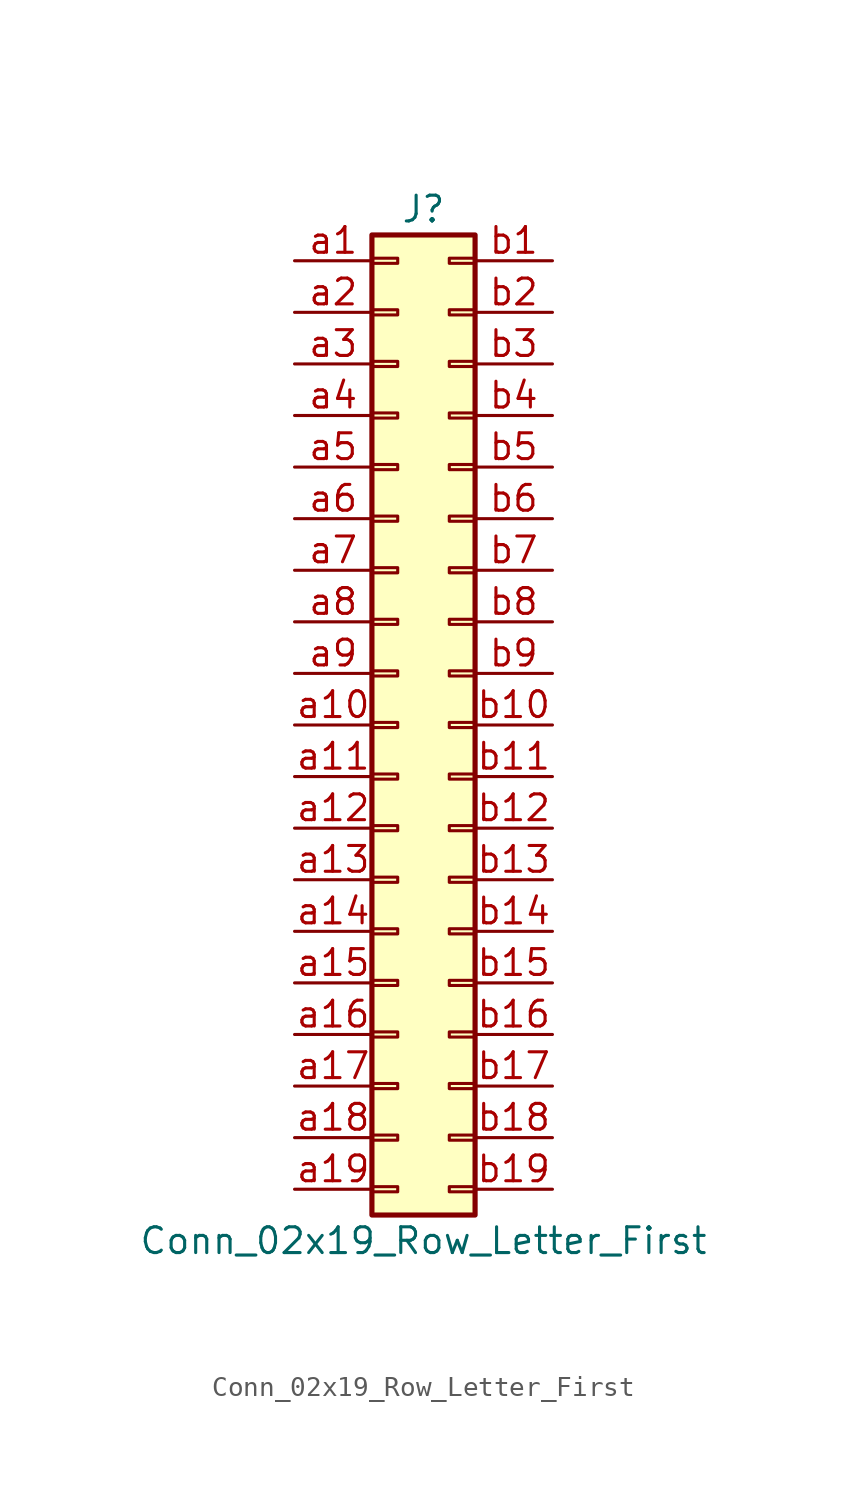
<source format=kicad_sym>
(kicad_symbol_lib
  (version 20220914)
  (generator kicad_symbol_editor)
  (symbol "Conn_02x19_Row_Letter_First"
    (pin_names
      (offset 1.016) hide)
    (property "Reference" "J"
      (at 1.27 25.4 0)
      (effects (font (size 1.27 1.27))))
    (property "Value" "Conn_02x19_Row_Letter_First"
      (at 1.27 -25.4 0)
      (effects (font (size 1.27 1.27))))
    (symbol "Conn_02x19_Row_Letter_First_1_1"
      (rectangle (start -1.27 -22.733) (end 0 -22.987) (stroke (width 0.152) (type default)) (fill (type none)))
      (rectangle (start -1.27 -20.193) (end 0 -20.447) (stroke (width 0.152) (type default)) (fill (type none)))
      (rectangle (start -1.27 -17.653) (end 0 -17.907) (stroke (width 0.152) (type default)) (fill (type none)))
      (rectangle (start -1.27 -15.113) (end 0 -15.367) (stroke (width 0.152) (type default)) (fill (type none)))
      (rectangle (start -1.27 -12.573) (end 0 -12.827) (stroke (width 0.152) (type default)) (fill (type none)))
      (rectangle (start -1.27 -10.033) (end 0 -10.287) (stroke (width 0.152) (type default)) (fill (type none)))
      (rectangle (start -1.27 -7.493) (end 0 -7.747) (stroke (width 0.152) (type default)) (fill (type none)))
      (rectangle (start -1.27 -4.953) (end 0 -5.207) (stroke (width 0.152) (type default)) (fill (type none)))
      (rectangle (start -1.27 -2.413) (end 0 -2.667) (stroke (width 0.152) (type default)) (fill (type none)))
      (rectangle (start -1.27 0.127) (end 0 -0.127) (stroke (width 0.152) (type default)) (fill (type none)))
      (rectangle (start -1.27 2.667) (end 0 2.413) (stroke (width 0.152) (type default)) (fill (type none)))
      (rectangle (start -1.27 5.207) (end 0 4.953) (stroke (width 0.152) (type default)) (fill (type none)))
      (rectangle (start -1.27 7.747) (end 0 7.493) (stroke (width 0.152) (type default)) (fill (type none)))
      (rectangle (start -1.27 10.287) (end 0 10.033) (stroke (width 0.152) (type default)) (fill (type none)))
      (rectangle (start -1.27 12.827) (end 0 12.573) (stroke (width 0.152) (type default)) (fill (type none)))
      (rectangle (start -1.27 15.367) (end 0 15.113) (stroke (width 0.152) (type default)) (fill (type none)))
      (rectangle (start -1.27 17.907) (end 0 17.653) (stroke (width 0.152) (type default)) (fill (type none)))
      (rectangle (start -1.27 20.447) (end 0 20.193) (stroke (width 0.152) (type default)) (fill (type none)))
      (rectangle (start -1.27 22.987) (end 0 22.733) (stroke (width 0.152) (type default)) (fill (type none)))
      (rectangle (start -1.27 24.13) (end 3.81 -24.13) (stroke (width 0.254) (type default)) (fill (type background)))
      (rectangle (start 3.81 -22.733) (end 2.54 -22.987) (stroke (width 0.152) (type default)) (fill (type none)))
      (rectangle (start 3.81 -20.193) (end 2.54 -20.447) (stroke (width 0.152) (type default)) (fill (type none)))
      (rectangle (start 3.81 -17.653) (end 2.54 -17.907) (stroke (width 0.152) (type default)) (fill (type none)))
      (rectangle (start 3.81 -15.113) (end 2.54 -15.367) (stroke (width 0.152) (type default)) (fill (type none)))
      (rectangle (start 3.81 -12.573) (end 2.54 -12.827) (stroke (width 0.152) (type default)) (fill (type none)))
      (rectangle (start 3.81 -10.033) (end 2.54 -10.287) (stroke (width 0.152) (type default)) (fill (type none)))
      (rectangle (start 3.81 -7.493) (end 2.54 -7.747) (stroke (width 0.152) (type default)) (fill (type none)))
      (rectangle (start 3.81 -4.953) (end 2.54 -5.207) (stroke (width 0.152) (type default)) (fill (type none)))
      (rectangle (start 3.81 -2.413) (end 2.54 -2.667) (stroke (width 0.152) (type default)) (fill (type none)))
      (rectangle (start 3.81 0.127) (end 2.54 -0.127) (stroke (width 0.152) (type default)) (fill (type none)))
      (rectangle (start 3.81 2.667) (end 2.54 2.413) (stroke (width 0.152) (type default)) (fill (type none)))
      (rectangle (start 3.81 5.207) (end 2.54 4.953) (stroke (width 0.152) (type default)) (fill (type none)))
      (rectangle (start 3.81 7.747) (end 2.54 7.493) (stroke (width 0.152) (type default)) (fill (type none)))
      (rectangle (start 3.81 10.287) (end 2.54 10.033) (stroke (width 0.152) (type default)) (fill (type none)))
      (rectangle (start 3.81 12.827) (end 2.54 12.573) (stroke (width 0.152) (type default)) (fill (type none)))
      (rectangle (start 3.81 15.367) (end 2.54 15.113) (stroke (width 0.152) (type default)) (fill (type none)))
      (rectangle (start 3.81 17.907) (end 2.54 17.653) (stroke (width 0.152) (type default)) (fill (type none)))
      (rectangle (start 3.81 20.447) (end 2.54 20.193) (stroke (width 0.152) (type default)) (fill (type none)))
      (rectangle (start 3.81 22.987) (end 2.54 22.733) (stroke (width 0.152) (type default)) (fill (type none)))
      (pin passive line (at -5.08 22.86 0) (length 3.81) (name "Pin_a1" (effects (font (size 1.27 1.27)))) (number "a1" (effects (font (size 1.27 1.27)))))
      (pin passive line (at -5.08 0 0) (length 3.81) (name "Pin_a10" (effects (font (size 1.27 1.27)))) (number "a10" (effects (font (size 1.27 1.27)))))
      (pin passive line (at -5.08 -2.54 0) (length 3.81) (name "Pin_a11" (effects (font (size 1.27 1.27)))) (number "a11" (effects (font (size 1.27 1.27)))))
      (pin passive line (at -5.08 -5.08 0) (length 3.81) (name "Pin_a12" (effects (font (size 1.27 1.27)))) (number "a12" (effects (font (size 1.27 1.27)))))
      (pin passive line (at -5.08 -7.62 0) (length 3.81) (name "Pin_a13" (effects (font (size 1.27 1.27)))) (number "a13" (effects (font (size 1.27 1.27)))))
      (pin passive line (at -5.08 -10.16 0) (length 3.81) (name "Pin_a14" (effects (font (size 1.27 1.27)))) (number "a14" (effects (font (size 1.27 1.27)))))
      (pin passive line (at -5.08 -12.7 0) (length 3.81) (name "Pin_a15" (effects (font (size 1.27 1.27)))) (number "a15" (effects (font (size 1.27 1.27)))))
      (pin passive line (at -5.08 -15.24 0) (length 3.81) (name "Pin_a16" (effects (font (size 1.27 1.27)))) (number "a16" (effects (font (size 1.27 1.27)))))
      (pin passive line (at -5.08 -17.78 0) (length 3.81) (name "Pin_a17" (effects (font (size 1.27 1.27)))) (number "a17" (effects (font (size 1.27 1.27)))))
      (pin passive line (at -5.08 -20.32 0) (length 3.81) (name "Pin_a18" (effects (font (size 1.27 1.27)))) (number "a18" (effects (font (size 1.27 1.27)))))
      (pin passive line (at -5.08 -22.86 0) (length 3.81) (name "Pin_a19" (effects (font (size 1.27 1.27)))) (number "a19" (effects (font (size 1.27 1.27)))))
      (pin passive line (at -5.08 20.32 0) (length 3.81) (name "Pin_a2" (effects (font (size 1.27 1.27)))) (number "a2" (effects (font (size 1.27 1.27)))))
      (pin passive line (at -5.08 17.78 0) (length 3.81) (name "Pin_a3" (effects (font (size 1.27 1.27)))) (number "a3" (effects (font (size 1.27 1.27)))))
      (pin passive line (at -5.08 15.24 0) (length 3.81) (name "Pin_a4" (effects (font (size 1.27 1.27)))) (number "a4" (effects (font (size 1.27 1.27)))))
      (pin passive line (at -5.08 12.7 0) (length 3.81) (name "Pin_a5" (effects (font (size 1.27 1.27)))) (number "a5" (effects (font (size 1.27 1.27)))))
      (pin passive line (at -5.08 10.16 0) (length 3.81) (name "Pin_a6" (effects (font (size 1.27 1.27)))) (number "a6" (effects (font (size 1.27 1.27)))))
      (pin passive line (at -5.08 7.62 0) (length 3.81) (name "Pin_a7" (effects (font (size 1.27 1.27)))) (number "a7" (effects (font (size 1.27 1.27)))))
      (pin passive line (at -5.08 5.08 0) (length 3.81) (name "Pin_a8" (effects (font (size 1.27 1.27)))) (number "a8" (effects (font (size 1.27 1.27)))))
      (pin passive line (at -5.08 2.54 0) (length 3.81) (name "Pin_a9" (effects (font (size 1.27 1.27)))) (number "a9" (effects (font (size 1.27 1.27)))))
      (pin passive line (at 7.62 22.86 180) (length 3.81) (name "Pin_b1" (effects (font (size 1.27 1.27)))) (number "b1" (effects (font (size 1.27 1.27)))))
      (pin passive line (at 7.62 0 180) (length 3.81) (name "Pin_b10" (effects (font (size 1.27 1.27)))) (number "b10" (effects (font (size 1.27 1.27)))))
      (pin passive line (at 7.62 -2.54 180) (length 3.81) (name "Pin_b11" (effects (font (size 1.27 1.27)))) (number "b11" (effects (font (size 1.27 1.27)))))
      (pin passive line (at 7.62 -5.08 180) (length 3.81) (name "Pin_b12" (effects (font (size 1.27 1.27)))) (number "b12" (effects (font (size 1.27 1.27)))))
      (pin passive line (at 7.62 -7.62 180) (length 3.81) (name "Pin_b13" (effects (font (size 1.27 1.27)))) (number "b13" (effects (font (size 1.27 1.27)))))
      (pin passive line (at 7.62 -10.16 180) (length 3.81) (name "Pin_b14" (effects (font (size 1.27 1.27)))) (number "b14" (effects (font (size 1.27 1.27)))))
      (pin passive line (at 7.62 -12.7 180) (length 3.81) (name "Pin_b15" (effects (font (size 1.27 1.27)))) (number "b15" (effects (font (size 1.27 1.27)))))
      (pin passive line (at 7.62 -15.24 180) (length 3.81) (name "Pin_b16" (effects (font (size 1.27 1.27)))) (number "b16" (effects (font (size 1.27 1.27)))))
      (pin passive line (at 7.62 -17.78 180) (length 3.81) (name "Pin_b17" (effects (font (size 1.27 1.27)))) (number "b17" (effects (font (size 1.27 1.27)))))
      (pin passive line (at 7.62 -20.32 180) (length 3.81) (name "Pin_b18" (effects (font (size 1.27 1.27)))) (number "b18" (effects (font (size 1.27 1.27)))))
      (pin passive line (at 7.62 -22.86 180) (length 3.81) (name "Pin_b19" (effects (font (size 1.27 1.27)))) (number "b19" (effects (font (size 1.27 1.27)))))
      (pin passive line (at 7.62 20.32 180) (length 3.81) (name "Pin_b2" (effects (font (size 1.27 1.27)))) (number "b2" (effects (font (size 1.27 1.27)))))
      (pin passive line (at 7.62 17.78 180) (length 3.81) (name "Pin_b3" (effects (font (size 1.27 1.27)))) (number "b3" (effects (font (size 1.27 1.27)))))
      (pin passive line (at 7.62 15.24 180) (length 3.81) (name "Pin_b4" (effects (font (size 1.27 1.27)))) (number "b4" (effects (font (size 1.27 1.27)))))
      (pin passive line (at 7.62 12.7 180) (length 3.81) (name "Pin_b5" (effects (font (size 1.27 1.27)))) (number "b5" (effects (font (size 1.27 1.27)))))
      (pin passive line (at 7.62 10.16 180) (length 3.81) (name "Pin_b6" (effects (font (size 1.27 1.27)))) (number "b6" (effects (font (size 1.27 1.27)))))
      (pin passive line (at 7.62 7.62 180) (length 3.81) (name "Pin_b7" (effects (font (size 1.27 1.27)))) (number "b7" (effects (font (size 1.27 1.27)))))
      (pin passive line (at 7.62 5.08 180) (length 3.81) (name "Pin_b8" (effects (font (size 1.27 1.27)))) (number "b8" (effects (font (size 1.27 1.27)))))
      (pin passive line (at 7.62 2.54 180) (length 3.81) (name "Pin_b9" (effects (font (size 1.27 1.27)))) (number "b9" (effects (font (size 1.27 1.27))))))))
</source>
